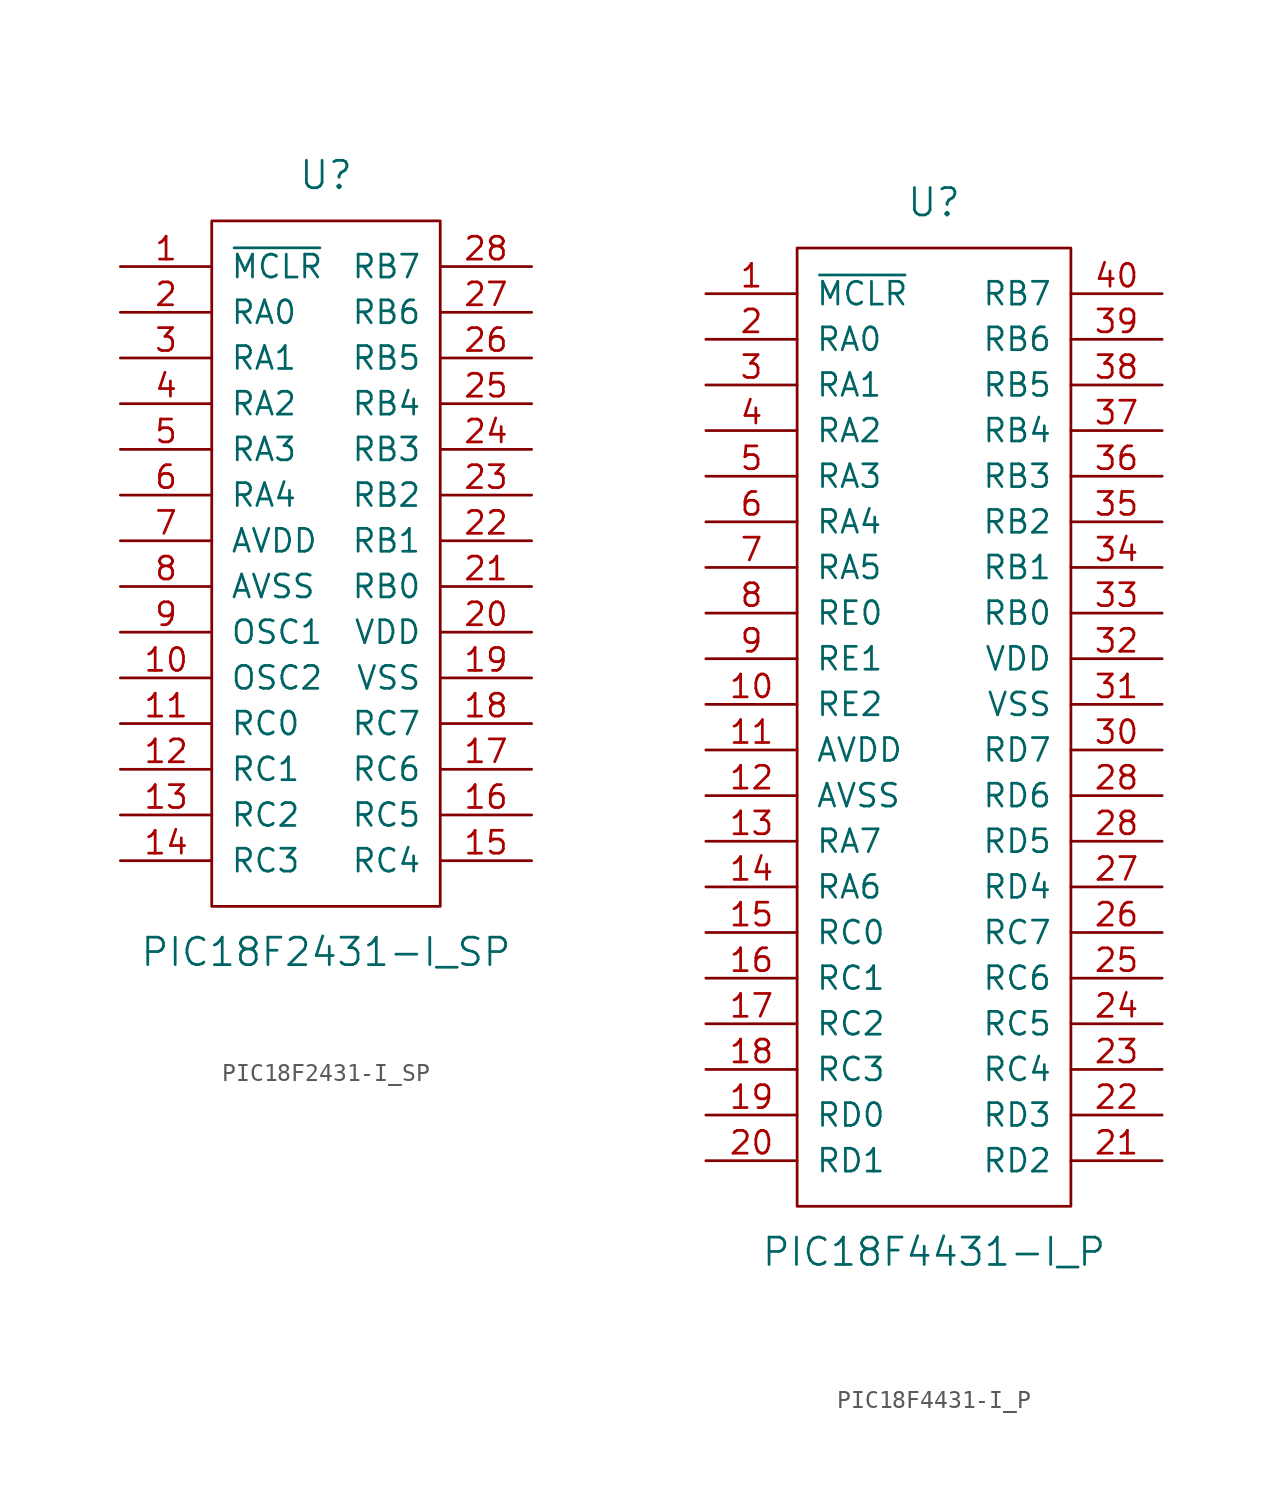
<source format=kicad_sym>
(kicad_symbol_lib
  (version 20201005)
  (generator kicad_symbol_editor)
  (symbol "PIC18F2431-I_SP"
    (pin_names
      (offset 1.016))
    (property "Reference" "U"
      (at 0 21.59 0)
      (effects (font (size 1.524 1.524))))
    (property "Value" "PIC18F2431-I_SP"
      (at 0 -21.59 0)
      (effects (font (size 1.524 1.524))))
    (symbol "PIC18F2431-I_SP_0_1"
      (rectangle (start -6.35 19.05) (end 6.35 -19.05) (stroke (width 0)) (fill (type none))))
    (symbol "PIC18F2431-I_SP_1_1"
      (pin input line (at -11.43 16.51 0) (length 5.08) (name "~MCLR" (effects (font (size 1.27 1.27)))) (number "1" (effects (font (size 1.27 1.27)))))
      (pin bidirectional line (at -11.43 -6.35 0) (length 5.08) (name "OSC2" (effects (font (size 1.27 1.27)))) (number "10" (effects (font (size 1.27 1.27)))))
      (pin bidirectional line (at -11.43 -8.89 0) (length 5.08) (name "RC0" (effects (font (size 1.27 1.27)))) (number "11" (effects (font (size 1.27 1.27)))))
      (pin bidirectional line (at -11.43 -11.43 0) (length 5.08) (name "RC1" (effects (font (size 1.27 1.27)))) (number "12" (effects (font (size 1.27 1.27)))))
      (pin bidirectional line (at -11.43 -13.97 0) (length 5.08) (name "RC2" (effects (font (size 1.27 1.27)))) (number "13" (effects (font (size 1.27 1.27)))))
      (pin bidirectional line (at -11.43 -16.51 0) (length 5.08) (name "RC3" (effects (font (size 1.27 1.27)))) (number "14" (effects (font (size 1.27 1.27)))))
      (pin bidirectional line (at 11.43 -16.51 180) (length 5.08) (name "RC4" (effects (font (size 1.27 1.27)))) (number "15" (effects (font (size 1.27 1.27)))))
      (pin bidirectional line (at 11.43 -13.97 180) (length 5.08) (name "RC5" (effects (font (size 1.27 1.27)))) (number "16" (effects (font (size 1.27 1.27)))))
      (pin bidirectional line (at 11.43 -11.43 180) (length 5.08) (name "RC6" (effects (font (size 1.27 1.27)))) (number "17" (effects (font (size 1.27 1.27)))))
      (pin bidirectional line (at 11.43 -8.89 180) (length 5.08) (name "RC7" (effects (font (size 1.27 1.27)))) (number "18" (effects (font (size 1.27 1.27)))))
      (pin power_in line (at 11.43 -6.35 180) (length 5.08) (name "VSS" (effects (font (size 1.27 1.27)))) (number "19" (effects (font (size 1.27 1.27)))))
      (pin bidirectional line (at -11.43 13.97 0) (length 5.08) (name "RA0" (effects (font (size 1.27 1.27)))) (number "2" (effects (font (size 1.27 1.27)))))
      (pin power_in line (at 11.43 -3.81 180) (length 5.08) (name "VDD" (effects (font (size 1.27 1.27)))) (number "20" (effects (font (size 1.27 1.27)))))
      (pin bidirectional line (at 11.43 -1.27 180) (length 5.08) (name "RB0" (effects (font (size 1.27 1.27)))) (number "21" (effects (font (size 1.27 1.27)))))
      (pin bidirectional line (at 11.43 1.27 180) (length 5.08) (name "RB1" (effects (font (size 1.27 1.27)))) (number "22" (effects (font (size 1.27 1.27)))))
      (pin bidirectional line (at 11.43 3.81 180) (length 5.08) (name "RB2" (effects (font (size 1.27 1.27)))) (number "23" (effects (font (size 1.27 1.27)))))
      (pin bidirectional line (at 11.43 6.35 180) (length 5.08) (name "RB3" (effects (font (size 1.27 1.27)))) (number "24" (effects (font (size 1.27 1.27)))))
      (pin bidirectional line (at 11.43 8.89 180) (length 5.08) (name "RB4" (effects (font (size 1.27 1.27)))) (number "25" (effects (font (size 1.27 1.27)))))
      (pin bidirectional line (at 11.43 11.43 180) (length 5.08) (name "RB5" (effects (font (size 1.27 1.27)))) (number "26" (effects (font (size 1.27 1.27)))))
      (pin bidirectional line (at 11.43 13.97 180) (length 5.08) (name "RB6" (effects (font (size 1.27 1.27)))) (number "27" (effects (font (size 1.27 1.27)))))
      (pin bidirectional line (at 11.43 16.51 180) (length 5.08) (name "RB7" (effects (font (size 1.27 1.27)))) (number "28" (effects (font (size 1.27 1.27)))))
      (pin bidirectional line (at -11.43 11.43 0) (length 5.08) (name "RA1" (effects (font (size 1.27 1.27)))) (number "3" (effects (font (size 1.27 1.27)))))
      (pin bidirectional line (at -11.43 8.89 0) (length 5.08) (name "RA2" (effects (font (size 1.27 1.27)))) (number "4" (effects (font (size 1.27 1.27)))))
      (pin bidirectional line (at -11.43 6.35 0) (length 5.08) (name "RA3" (effects (font (size 1.27 1.27)))) (number "5" (effects (font (size 1.27 1.27)))))
      (pin bidirectional line (at -11.43 3.81 0) (length 5.08) (name "RA4" (effects (font (size 1.27 1.27)))) (number "6" (effects (font (size 1.27 1.27)))))
      (pin power_in line (at -11.43 1.27 0) (length 5.08) (name "AVDD" (effects (font (size 1.27 1.27)))) (number "7" (effects (font (size 1.27 1.27)))))
      (pin power_in line (at -11.43 -1.27 0) (length 5.08) (name "AVSS" (effects (font (size 1.27 1.27)))) (number "8" (effects (font (size 1.27 1.27)))))
      (pin bidirectional line (at -11.43 -3.81 0) (length 5.08) (name "OSC1" (effects (font (size 1.27 1.27)))) (number "9" (effects (font (size 1.27 1.27)))))))
  (symbol "PIC18F4431-I_P"
    (pin_names
      (offset 1.016))
    (property "Reference" "U"
      (at 0 29.21 0)
      (effects (font (size 1.524 1.524))))
    (property "Value" "PIC18F4431-I_P"
      (at 0 -29.21 0)
      (effects (font (size 1.524 1.524))))
    (symbol "PIC18F4431-I_P_0_1"
      (rectangle (start -7.62 26.67) (end 7.62 -26.67) (stroke (width 0)) (fill (type none))))
    (symbol "PIC18F4431-I_P_1_1"
      (pin input line (at -12.7 24.13 0) (length 5.08) (name "~MCLR" (effects (font (size 1.27 1.27)))) (number "1" (effects (font (size 1.27 1.27)))))
      (pin bidirectional line (at -12.7 1.27 0) (length 5.08) (name "RE2" (effects (font (size 1.27 1.27)))) (number "10" (effects (font (size 1.27 1.27)))))
      (pin power_in line (at -12.7 -1.27 0) (length 5.08) (name "AVDD" (effects (font (size 1.27 1.27)))) (number "11" (effects (font (size 1.27 1.27)))))
      (pin power_in line (at -12.7 -3.81 0) (length 5.08) (name "AVSS" (effects (font (size 1.27 1.27)))) (number "12" (effects (font (size 1.27 1.27)))))
      (pin bidirectional line (at -12.7 -6.35 0) (length 5.08) (name "RA7" (effects (font (size 1.27 1.27)))) (number "13" (effects (font (size 1.27 1.27)))))
      (pin bidirectional line (at -12.7 -8.89 0) (length 5.08) (name "RA6" (effects (font (size 1.27 1.27)))) (number "14" (effects (font (size 1.27 1.27)))))
      (pin bidirectional line (at -12.7 -11.43 0) (length 5.08) (name "RC0" (effects (font (size 1.27 1.27)))) (number "15" (effects (font (size 1.27 1.27)))))
      (pin bidirectional line (at -12.7 -13.97 0) (length 5.08) (name "RC1" (effects (font (size 1.27 1.27)))) (number "16" (effects (font (size 1.27 1.27)))))
      (pin bidirectional line (at -12.7 -16.51 0) (length 5.08) (name "RC2" (effects (font (size 1.27 1.27)))) (number "17" (effects (font (size 1.27 1.27)))))
      (pin bidirectional line (at -12.7 -19.05 0) (length 5.08) (name "RC3" (effects (font (size 1.27 1.27)))) (number "18" (effects (font (size 1.27 1.27)))))
      (pin bidirectional line (at -12.7 -21.59 0) (length 5.08) (name "RD0" (effects (font (size 1.27 1.27)))) (number "19" (effects (font (size 1.27 1.27)))))
      (pin bidirectional line (at -12.7 21.59 0) (length 5.08) (name "RA0" (effects (font (size 1.27 1.27)))) (number "2" (effects (font (size 1.27 1.27)))))
      (pin bidirectional line (at -12.7 -24.13 0) (length 5.08) (name "RD1" (effects (font (size 1.27 1.27)))) (number "20" (effects (font (size 1.27 1.27)))))
      (pin bidirectional line (at 12.7 -24.13 180) (length 5.08) (name "RD2" (effects (font (size 1.27 1.27)))) (number "21" (effects (font (size 1.27 1.27)))))
      (pin bidirectional line (at 12.7 -21.59 180) (length 5.08) (name "RD3" (effects (font (size 1.27 1.27)))) (number "22" (effects (font (size 1.27 1.27)))))
      (pin bidirectional line (at 12.7 -19.05 180) (length 5.08) (name "RC4" (effects (font (size 1.27 1.27)))) (number "23" (effects (font (size 1.27 1.27)))))
      (pin bidirectional line (at 12.7 -16.51 180) (length 5.08) (name "RC5" (effects (font (size 1.27 1.27)))) (number "24" (effects (font (size 1.27 1.27)))))
      (pin bidirectional line (at 12.7 -13.97 180) (length 5.08) (name "RC6" (effects (font (size 1.27 1.27)))) (number "25" (effects (font (size 1.27 1.27)))))
      (pin bidirectional line (at 12.7 -11.43 180) (length 5.08) (name "RC7" (effects (font (size 1.27 1.27)))) (number "26" (effects (font (size 1.27 1.27)))))
      (pin bidirectional line (at 12.7 -8.89 180) (length 5.08) (name "RD4" (effects (font (size 1.27 1.27)))) (number "27" (effects (font (size 1.27 1.27)))))
      (pin bidirectional line (at 12.7 -6.35 180) (length 5.08) (name "RD5" (effects (font (size 1.27 1.27)))) (number "28" (effects (font (size 1.27 1.27)))))
      (pin bidirectional line (at 12.7 -3.81 180) (length 5.08) (name "RD6" (effects (font (size 1.27 1.27)))) (number "28" (effects (font (size 1.27 1.27)))))
      (pin bidirectional line (at -12.7 19.05 0) (length 5.08) (name "RA1" (effects (font (size 1.27 1.27)))) (number "3" (effects (font (size 1.27 1.27)))))
      (pin bidirectional line (at 12.7 -1.27 180) (length 5.08) (name "RD7" (effects (font (size 1.27 1.27)))) (number "30" (effects (font (size 1.27 1.27)))))
      (pin power_in line (at 12.7 1.27 180) (length 5.08) (name "VSS" (effects (font (size 1.27 1.27)))) (number "31" (effects (font (size 1.27 1.27)))))
      (pin power_in line (at 12.7 3.81 180) (length 5.08) (name "VDD" (effects (font (size 1.27 1.27)))) (number "32" (effects (font (size 1.27 1.27)))))
      (pin bidirectional line (at 12.7 6.35 180) (length 5.08) (name "RB0" (effects (font (size 1.27 1.27)))) (number "33" (effects (font (size 1.27 1.27)))))
      (pin bidirectional line (at 12.7 8.89 180) (length 5.08) (name "RB1" (effects (font (size 1.27 1.27)))) (number "34" (effects (font (size 1.27 1.27)))))
      (pin bidirectional line (at 12.7 11.43 180) (length 5.08) (name "RB2" (effects (font (size 1.27 1.27)))) (number "35" (effects (font (size 1.27 1.27)))))
      (pin bidirectional line (at 12.7 13.97 180) (length 5.08) (name "RB3" (effects (font (size 1.27 1.27)))) (number "36" (effects (font (size 1.27 1.27)))))
      (pin bidirectional line (at 12.7 16.51 180) (length 5.08) (name "RB4" (effects (font (size 1.27 1.27)))) (number "37" (effects (font (size 1.27 1.27)))))
      (pin bidirectional line (at 12.7 19.05 180) (length 5.08) (name "RB5" (effects (font (size 1.27 1.27)))) (number "38" (effects (font (size 1.27 1.27)))))
      (pin bidirectional line (at 12.7 21.59 180) (length 5.08) (name "RB6" (effects (font (size 1.27 1.27)))) (number "39" (effects (font (size 1.27 1.27)))))
      (pin bidirectional line (at -12.7 16.51 0) (length 5.08) (name "RA2" (effects (font (size 1.27 1.27)))) (number "4" (effects (font (size 1.27 1.27)))))
      (pin bidirectional line (at 12.7 24.13 180) (length 5.08) (name "RB7" (effects (font (size 1.27 1.27)))) (number "40" (effects (font (size 1.27 1.27)))))
      (pin bidirectional line (at -12.7 13.97 0) (length 5.08) (name "RA3" (effects (font (size 1.27 1.27)))) (number "5" (effects (font (size 1.27 1.27)))))
      (pin bidirectional line (at -12.7 11.43 0) (length 5.08) (name "RA4" (effects (font (size 1.27 1.27)))) (number "6" (effects (font (size 1.27 1.27)))))
      (pin bidirectional line (at -12.7 8.89 0) (length 5.08) (name "RA5" (effects (font (size 1.27 1.27)))) (number "7" (effects (font (size 1.27 1.27)))))
      (pin bidirectional line (at -12.7 6.35 0) (length 5.08) (name "RE0" (effects (font (size 1.27 1.27)))) (number "8" (effects (font (size 1.27 1.27)))))
      (pin bidirectional line (at -12.7 3.81 0) (length 5.08) (name "RE1" (effects (font (size 1.27 1.27)))) (number "9" (effects (font (size 1.27 1.27))))))))
</source>
